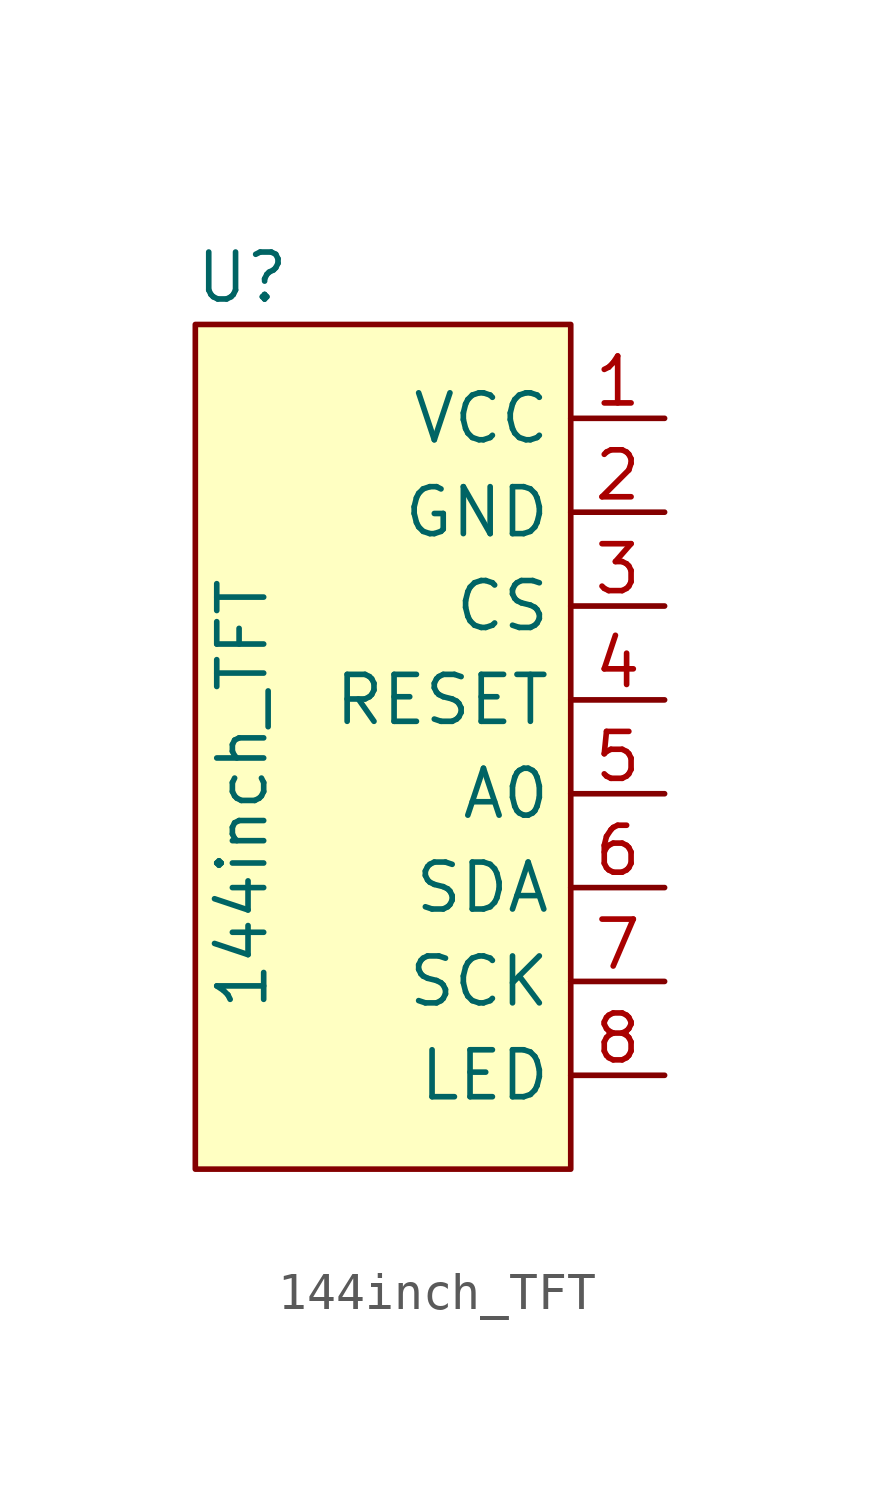
<source format=kicad_sym>
(kicad_symbol_lib
  (version 20211014)
  (generator kicad_symbol_editor)
  (symbol "144inch_TFT"
    (property "Reference" "U"
      (at 11.43 -1.27 0)
      (effects (font (size 1.27 1.27))))
    (property "Value" "144inch_TFT"
      (at 11.43 -15.24 90)
      (effects (font (size 1.27 1.27))))
    (symbol "144inch_TFT_0_1"
      (polyline (pts (xy 20.32 -5.08) (xy 20.32 -25.4) (xy 11.43 -25.4) (xy 10.16 -25.4) (xy 10.16 -2.54) (xy 20.32 -2.54) (xy 20.32 -5.08)) (stroke (width 0) (type default) (color 0 0 0 0)) (fill (type background))))
    (symbol "144inch_TFT_1_1"
      (pin passive line (at 22.86 -5.08 180) (length 2.54) (name "VCC" (effects (font (size 1.27 1.27)))) (number "1" (effects (font (size 1.27 1.27)))))
      (pin passive line (at 22.86 -7.62 180) (length 2.54) (name "GND" (effects (font (size 1.27 1.27)))) (number "2" (effects (font (size 1.27 1.27)))))
      (pin passive line (at 22.86 -10.16 180) (length 2.54) (name "CS" (effects (font (size 1.27 1.27)))) (number "3" (effects (font (size 1.27 1.27)))))
      (pin passive line (at 22.86 -12.7 180) (length 2.54) (name "RESET" (effects (font (size 1.27 1.27)))) (number "4" (effects (font (size 1.27 1.27)))))
      (pin passive line (at 22.86 -15.24 180) (length 2.54) (name "A0" (effects (font (size 1.27 1.27)))) (number "5" (effects (font (size 1.27 1.27)))))
      (pin passive line (at 22.86 -17.78 180) (length 2.54) (name "SDA" (effects (font (size 1.27 1.27)))) (number "6" (effects (font (size 1.27 1.27)))))
      (pin passive line (at 22.86 -20.32 180) (length 2.54) (name "SCK" (effects (font (size 1.27 1.27)))) (number "7" (effects (font (size 1.27 1.27)))))
      (pin passive line (at 22.86 -22.86 180) (length 2.54) (name "LED" (effects (font (size 1.27 1.27)))) (number "8" (effects (font (size 1.27 1.27))))))))
</source>
